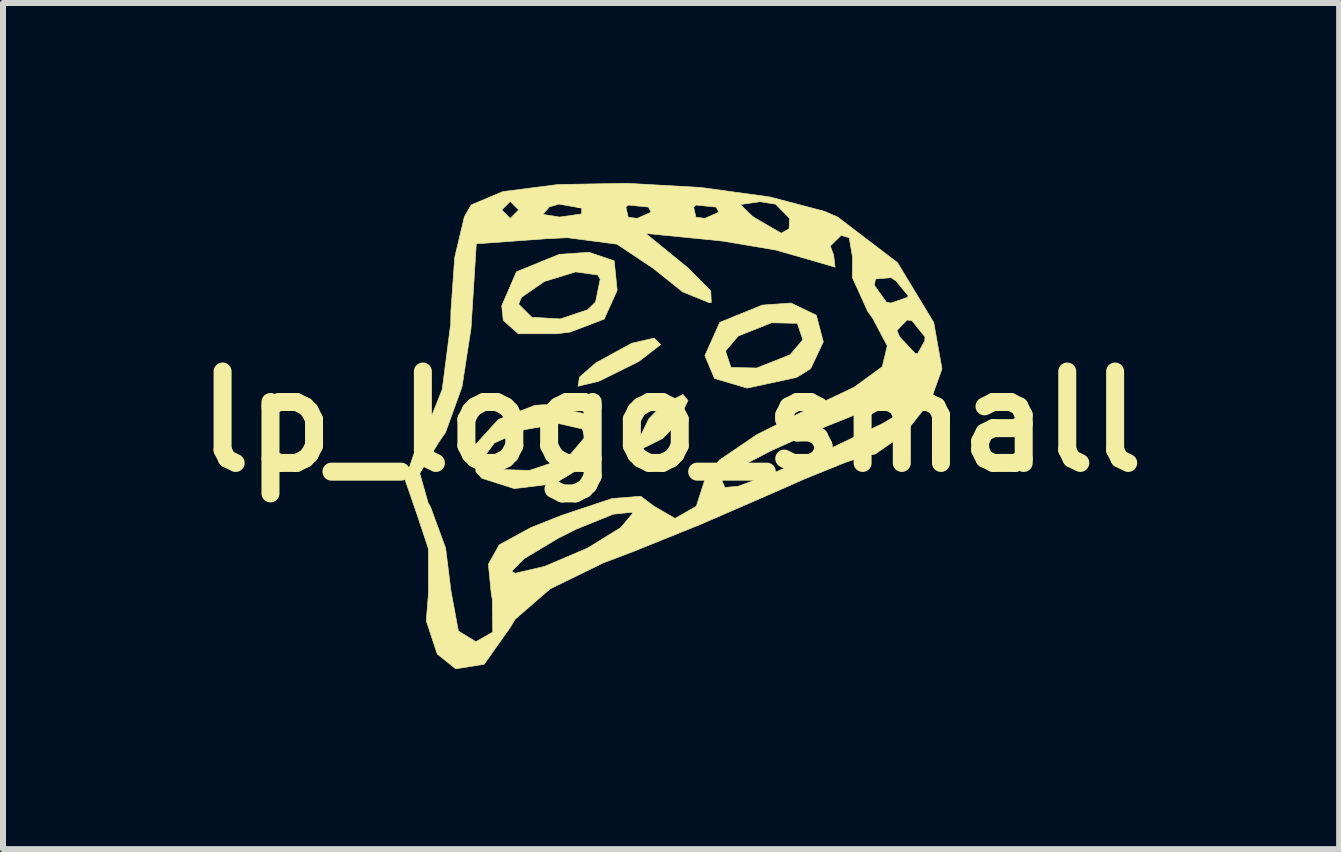
<source format=kicad_pcb>
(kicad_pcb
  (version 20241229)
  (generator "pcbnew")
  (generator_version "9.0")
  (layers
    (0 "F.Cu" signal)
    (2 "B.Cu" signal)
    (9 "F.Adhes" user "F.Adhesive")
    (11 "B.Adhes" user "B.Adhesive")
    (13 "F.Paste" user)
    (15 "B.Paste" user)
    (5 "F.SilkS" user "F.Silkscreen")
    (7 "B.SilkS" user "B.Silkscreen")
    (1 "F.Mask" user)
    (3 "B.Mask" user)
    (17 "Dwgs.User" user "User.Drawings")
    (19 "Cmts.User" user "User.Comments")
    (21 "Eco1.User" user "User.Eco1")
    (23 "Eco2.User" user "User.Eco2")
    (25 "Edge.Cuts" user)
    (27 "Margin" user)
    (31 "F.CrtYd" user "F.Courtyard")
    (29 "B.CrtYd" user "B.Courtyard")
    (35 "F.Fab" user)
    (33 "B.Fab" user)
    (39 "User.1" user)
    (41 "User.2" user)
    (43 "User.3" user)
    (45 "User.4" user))
  (footprint "lp_logo_small"
    (layer "F.Cu")
    (at 8.135 3.977)
    (property "Reference" "lp_logo_small" (at 0 0 0) (layer "F.SilkS") (effects (font (size 1.524 1.524) (thickness 0.3))))
    (attr through_hole)
    (fp_poly (pts (xy 0.282 -0.351) (xy 0.088 0.047) (xy -0.141 0.282) (xy -0.482 0.452) (xy -0.564 0.351) (xy -0.37 -0.047) (xy -0.141 -0.282) (xy 0.199 -0.452) (xy 0.282 -0.351)) (stroke (width 0.01) (type solid)) (fill yes) (layer "F.SilkS"))
    (fp_poly (pts (xy -0.173 -1.284) (xy -0.526 -1.01) (xy -0.564 -0.988) (xy -1.203 -0.672) (xy -1.551 -0.589) (xy -1.525 -0.742) (xy -1.253 -0.979) (xy -0.655 -1.306) (xy -0.282 -1.392) (xy -0.173 -1.284)) (stroke (width 0.01) (type solid)) (fill yes) (layer "F.SilkS"))
    (fp_poly (pts (xy 2.422 -1.773) (xy 2.538 -1.329) (xy 2.328 -0.883) (xy 2.094 -0.736) (xy 1.268 -0.558) (xy 0.724 -0.719) (xy 0.564 -1.099) (xy 0.599 -1.176) (xy 0.908 -1.176) (xy 0.999 -0.902) (xy 1.428 -0.893) (xy 1.985 -1.114) (xy 2.197 -1.364) (xy 2.105 -1.638) (xy 1.676 -1.647) (xy 1.119 -1.426) (xy 0.908 -1.176) (xy 0.599 -1.176) (xy 0.812 -1.654) (xy 1.522 -1.942) (xy 1.999 -1.976) (xy 2.422 -1.773)) (stroke (width 0.01) (type solid)) (fill yes) (layer "F.SilkS"))
    (fp_poly (pts (xy -1.438 -0.129) (xy -1.216 0.265) (xy -1.421 0.718) (xy -1.943 1.035) (xy -2.613 1.117) (xy -3.153 0.945) (xy -3.253 0.834) (xy -3.257 0.57) (xy -3.104 0.57) (xy -2.881 0.798) (xy -2.361 0.814) (xy -1.771 0.617) (xy -1.702 0.575) (xy -1.44 0.266) (xy -1.477 0.123) (xy -1.868 0.034) (xy -2.447 0.136) (xy -2.944 0.356) (xy -3.104 0.57) (xy -3.257 0.57) (xy -3.26 0.385) (xy -2.878 -0.036) (xy -2.268 -0.271) (xy -2.099 -0.282) (xy -1.438 -0.129)) (stroke (width 0.01) (type solid)) (fill yes) (layer "F.SilkS"))
    (fp_poly (pts (xy -0.947 -2.679) (xy -0.898 -2.187) (xy -1.114 -1.708) (xy -1.684 -1.491) (xy -1.905 -1.464) (xy -2.546 -1.464) (xy -2.796 -1.686) (xy -2.822 -1.927) (xy -2.81 -1.957) (xy -2.54 -1.957) (xy -2.321 -1.739) (xy -1.846 -1.711) (xy -1.388 -1.865) (xy -1.258 -1.994) (xy -1.181 -2.373) (xy -1.22 -2.443) (xy -1.59 -2.495) (xy -2.112 -2.335) (xy -2.493 -2.072) (xy -2.54 -1.957) (xy -2.81 -1.957) (xy -2.577 -2.497) (xy -1.863 -2.788) (xy -1.368 -2.822) (xy -0.947 -2.679)) (stroke (width 0.01) (type solid)) (fill yes) (layer "F.SilkS"))
    (fp_poly (pts (xy 0.5 -3.902) (xy 1.65 -3.744) (xy 2.558 -3.505) (xy 2.778 -3.409) (xy 3.775 -2.649) (xy 4.379 -1.651) (xy 4.516 -0.877) (xy 4.325 -0.345) (xy 3.887 0.206) (xy 3.404 0.541) (xy 3.276 0.564) (xy 2.925 0.673) (xy 2.233 0.953) (xy 1.605 1.23) (xy 0.497 1.711) (xy -0.654 2.176) (xy -1.131 2.356) (xy -2.016 2.789) (xy -2.599 3.295) (xy -2.684 3.436) (xy -3.115 4.045) (xy -3.589 4.121) (xy -3.897 3.875) (xy -4.08 3.322) (xy -4.043 2.86) (xy -4.044 2.119) (xy -4.23 1.559) (xy -4.433 0.97) (xy -4.396 0.862) (xy -4.189 0.862) (xy -4.047 1.36) (xy -4.009 1.423) (xy -3.757 2.109) (xy -3.669 2.818) (xy -3.545 3.49) (xy -3.253 3.669) (xy -2.972 3.51) (xy -2.979 2.962) (xy -2.996 2.87) (xy -3.033 2.495) (xy -2.657 2.495) (xy -2.597 2.528) (xy -2.108 2.414) (xy -1.42 2.121) (xy -1.371 2.096) (xy -0.837 1.766) (xy -0.642 1.532) (xy -0.653 1.511) (xy -0.963 1.544) (xy -1.58 1.793) (xy -1.878 1.943) (xy -2.448 2.284) (xy -2.657 2.495) (xy -3.033 2.495) (xy -3.045 2.378) (xy -2.864 2.055) (xy -2.335 1.766) (xy -1.828 1.565) (xy -0.982 1.282) (xy -0.505 1.245) (xy -0.282 1.412) (xy 0.067 1.614) (xy 0.421 1.411) (xy 0.559 0.984) (xy 0.847 0.984) (xy 0.897 1.098) (xy 1.119 1.078) (xy 1.621 0.894) (xy 2.509 0.511) (xy 2.716 0.42) (xy 3.526 0.032) (xy 4.052 -0.277) (xy 4.179 -0.431) (xy 3.876 -0.396) (xy 3.241 -0.183) (xy 2.448 0.135) (xy 1.669 0.485) (xy 1.077 0.793) (xy 0.847 0.984) (xy 0.559 0.984) (xy 0.564 0.968) (xy 0.804 0.643) (xy 1.426 0.22) (xy 2.117 -0.129) (xy 3.049 -0.571) (xy 3.521 -0.915) (xy 3.604 -1.263) (xy 3.468 -1.52) (xy 3.766 -1.52) (xy 3.81 -1.411) (xy 4.064 -1.142) (xy 4.109 -1.129) (xy 4.23 -1.347) (xy 4.233 -1.411) (xy 4.016 -1.682) (xy 3.934 -1.693) (xy 3.766 -1.52) (xy 3.468 -1.52) (xy 3.364 -1.717) (xy 3.277 -1.839) (xy 3.08 -2.274) (xy 3.387 -2.274) (xy 3.592 -1.987) (xy 3.669 -1.976) (xy 3.944 -2.072) (xy 3.951 -2.1) (xy 3.753 -2.341) (xy 3.669 -2.399) (xy 3.409 -2.377) (xy 3.387 -2.274) (xy 3.08 -2.274) (xy 3.022 -2.402) (xy 3.025 -2.74) (xy 2.97 -3.065) (xy 2.836 -3.104) (xy 2.654 -2.927) (xy 2.711 -2.774) (xy 2.734 -2.574) (xy 2.375 -2.679) (xy 1.742 -2.86) (xy 0.877 -3.006) (xy 0.706 -3.025) (xy -0.423 -3.136) (xy 0.282 -2.562) (xy 0.662 -2.178) (xy 0.671 -1.986) (xy 0.635 -1.982) (xy 0.193 -2.162) (xy -0.298 -2.555) (xy -0.901 -2.957) (xy -1.725 -3.065) (xy -2.062 -3.049) (xy -3.246 -2.963) (xy -3.334 -1.554) (xy -3.484 -0.58) (xy -3.758 0.179) (xy -3.886 0.367) (xy -4.189 0.862) (xy -4.396 0.862) (xy -4.249 0.431) (xy -4.126 0.245) (xy -3.814 -0.536) (xy -3.672 -1.635) (xy -3.669 -1.841) (xy -3.606 -2.735) (xy -3.445 -3.413) (xy -3.379 -3.528) (xy -2.822 -3.528) (xy -2.681 -3.387) (xy -2.614 -3.454) (xy -2.135 -3.454) (xy -1.858 -3.409) (xy -1.492 -3.461) (xy -1.488 -3.557) (xy -1.586 -3.575) (xy -0.753 -3.575) (xy -0.714 -3.407) (xy -0.564 -3.387) (xy -0.332 -3.49) (xy -0.376 -3.575) (xy 0.376 -3.575) (xy 0.415 -3.407) (xy 0.564 -3.387) (xy 0.797 -3.49) (xy 0.753 -3.575) (xy 0.418 -3.609) (xy 0.376 -3.575) (xy -0.376 -3.575) (xy -0.711 -3.609) (xy -0.753 -3.575) (xy -1.586 -3.575) (xy -1.828 -3.618) (xy 1.155 -3.618) (xy 1.357 -3.422) (xy 1.411 -3.387) (xy 1.836 -3.14) (xy 1.967 -3.214) (xy 1.976 -3.387) (xy 1.743 -3.624) (xy 1.482 -3.665) (xy 1.155 -3.618) (xy -1.828 -3.618) (xy -1.865 -3.625) (xy -2.028 -3.579) (xy -2.135 -3.454) (xy -2.614 -3.454) (xy -2.54 -3.528) (xy -2.681 -3.669) (xy -2.822 -3.528) (xy -3.379 -3.528) (xy -3.33 -3.612) (xy -2.806 -3.833) (xy -1.887 -3.951) (xy -0.732 -3.972) (xy 0.5 -3.902)) (stroke (width 0.01) (type solid)) (fill yes) (layer "F.SilkS")))
  (gr_rect
    (start -3 -3)
    (end 19.271 11.103)
    (stroke (width 0.1) (type default))
    (fill no)
    (layer "Edge.Cuts")))
</source>
